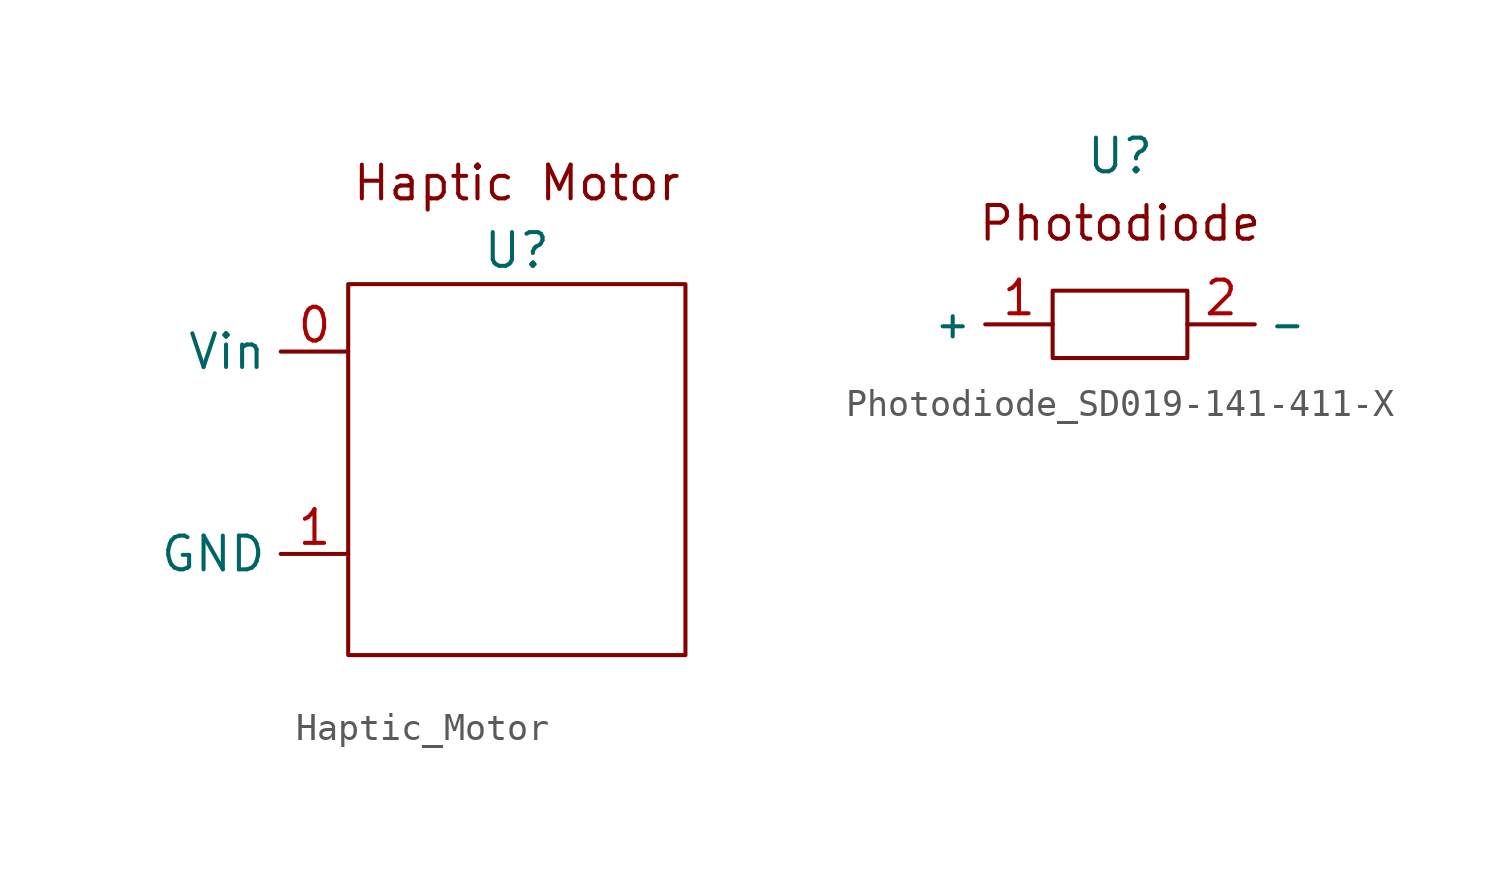
<source format=kicad_sym>
(kicad_symbol_lib
  (version 20220914)
  (generator kicad_symbol_editor)
  (symbol "Haptic_Motor"
    (property "Reference" "U"
      (at 0 8.89 0)
      (effects (font (size 1.27 1.27))))
    (property "Value" ""
      (at 0 0 0)
      (effects (font (size 1.27 1.27))))
    (symbol "Haptic_Motor_0_1"
      (rectangle (start -6.35 7.62) (end 6.35 -6.35) (stroke (width 0) (type default)) (fill (type none))))
    (symbol "Haptic_Motor_1_1"
      (text "Haptic Motor" (at 0 11.43 0) (effects (font (size 1.27 1.27))))
      (pin power_in line (at -6.35 5.08 180) (length 2.54) (name "Vin" (effects (font (size 1.27 1.27)))) (number "0" (effects (font (size 1.27 1.27)))))
      (pin power_in line (at -6.35 -2.54 180) (length 2.54) (name "GND" (effects (font (size 1.27 1.27)))) (number "1" (effects (font (size 1.27 1.27)))))))
  (symbol "Photodiode_SD019-141-411-X"
    (property "Reference" "U"
      (at 0 6.35 0)
      (effects (font (size 1.27 1.27))))
    (property "Value" ""
      (at 0 6.35 0)
      (effects (font (size 1.27 1.27))))
    (symbol "Photodiode_SD019-141-411-X_0_1"
      (rectangle (start -2.54 1.27) (end 2.54 -1.27) (stroke (width 0) (type default)) (fill (type none))))
    (symbol "Photodiode_SD019-141-411-X_1_1"
      (text "Photodiode" (at 0 3.81 0) (effects (font (size 1.27 1.27))))
      (pin power_in line (at -2.54 0 180) (length 2.54) (name "+" (effects (font (size 1 1)))) (number "1" (effects (font (size 1.27 1.27)))))
      (pin power_in line (at 2.54 0 0) (length 2.54) (name "-" (effects (font (size 1 1)))) (number "2" (effects (font (size 1.27 1.27))))))))
</source>
